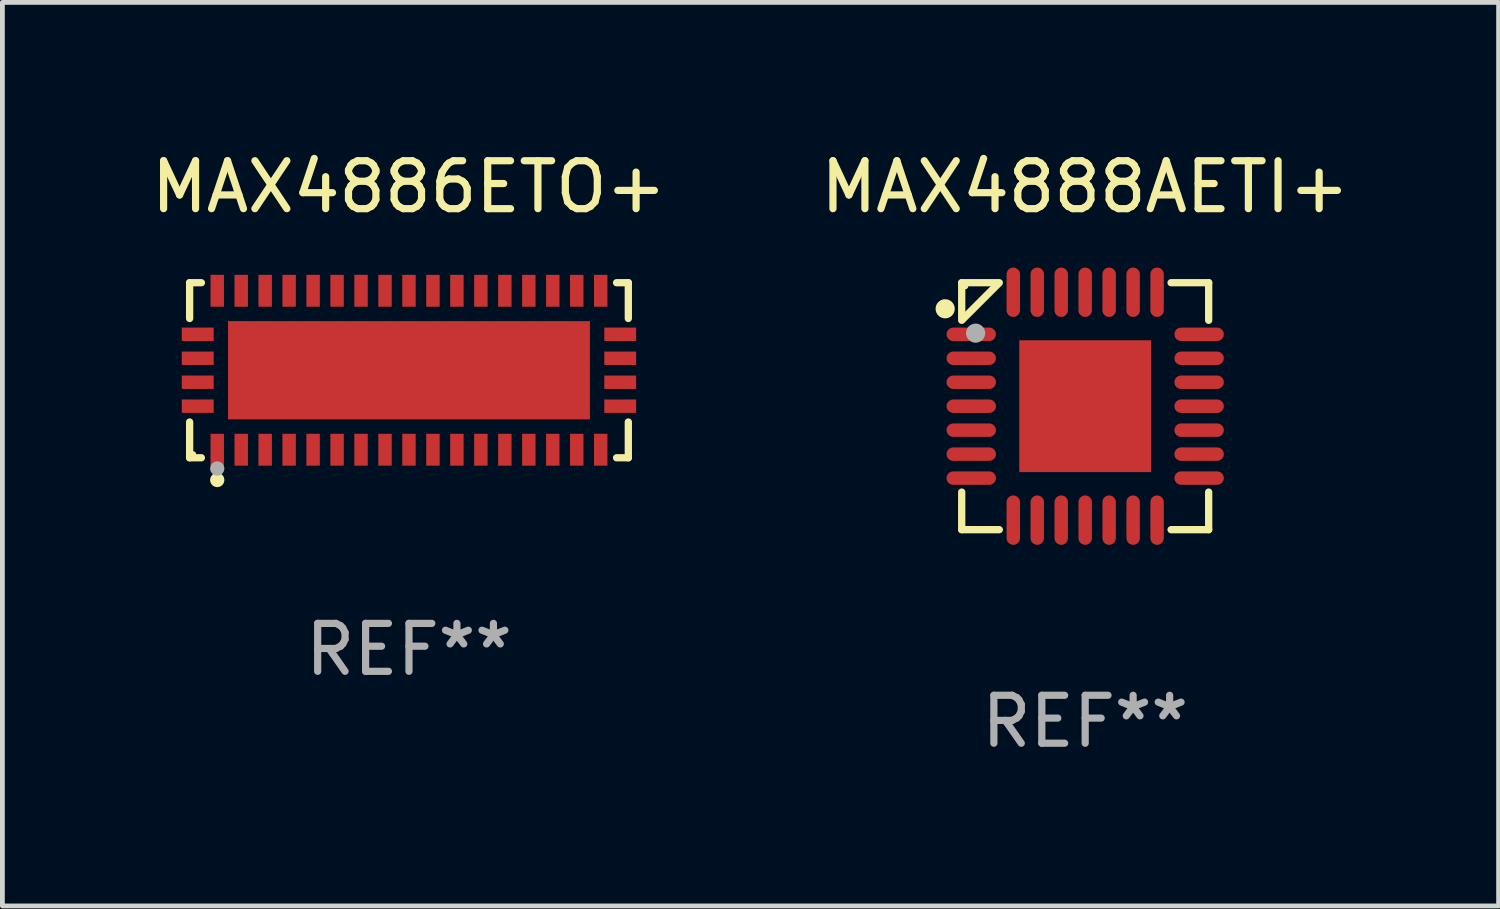
<source format=kicad_pcb>
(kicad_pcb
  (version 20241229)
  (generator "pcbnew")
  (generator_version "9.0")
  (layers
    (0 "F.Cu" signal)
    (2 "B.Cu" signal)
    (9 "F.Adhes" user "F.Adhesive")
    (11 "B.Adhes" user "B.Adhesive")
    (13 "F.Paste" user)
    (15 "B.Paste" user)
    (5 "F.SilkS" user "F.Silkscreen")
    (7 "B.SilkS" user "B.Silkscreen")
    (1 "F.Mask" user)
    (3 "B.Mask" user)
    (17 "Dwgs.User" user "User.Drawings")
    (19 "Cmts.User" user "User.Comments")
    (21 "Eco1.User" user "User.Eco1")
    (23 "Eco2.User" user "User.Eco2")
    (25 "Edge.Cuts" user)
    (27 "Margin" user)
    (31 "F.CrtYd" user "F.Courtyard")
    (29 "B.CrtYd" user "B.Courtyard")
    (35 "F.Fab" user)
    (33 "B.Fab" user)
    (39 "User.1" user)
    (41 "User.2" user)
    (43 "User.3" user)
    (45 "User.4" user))
  (footprint "MAX4886ETO+"
    (layer "F.Cu")
    (at 5.482 4.674)
    (property "Reference" "MAX4886ETO+" (at 0 -3.826 0) (layer "F.SilkS") (effects (font (size 1 1) (thickness 0.15))))
    (attr through_hole)
    (fp_line (start -4.576 -1.826) (end -4.331 -1.826) (stroke (width 0.152) (type solid)) (layer "F.SilkS"))
    (fp_line (start -4.576 -1.08) (end -4.576 -1.826) (stroke (width 0.152) (type solid)) (layer "F.SilkS"))
    (fp_line (start -4.576 1.08) (end -4.576 1.826) (stroke (width 0.152) (type solid)) (layer "F.SilkS"))
    (fp_line (start -4.576 1.826) (end -4.331 1.826) (stroke (width 0.152) (type solid)) (layer "F.SilkS"))
    (fp_line (start 4.576 -1.826) (end 4.331 -1.826) (stroke (width 0.152) (type solid)) (layer "F.SilkS"))
    (fp_line (start 4.576 -1.08) (end 4.576 -1.826) (stroke (width 0.152) (type solid)) (layer "F.SilkS"))
    (fp_line (start 4.576 1.08) (end 4.576 1.826) (stroke (width 0.152) (type solid)) (layer "F.SilkS"))
    (fp_line (start 4.576 1.826) (end 4.331 1.826) (stroke (width 0.152) (type solid)) (layer "F.SilkS"))
    (fp_circle (center -4.5 1.75) (end -4.47 1.75) (stroke (width 0.06) (type solid)) (fill no) (layer "F.SilkS"))
    (fp_circle (center -4 2.29) (end -3.925 2.29) (stroke (width 0.15) (type solid)) (fill no) (layer "F.SilkS"))
    (fp_circle (center -4 2.05) (end -3.925 2.05) (stroke (width 0.15) (type solid)) (fill no) (layer "F.Fab"))
    (fp_text user "REF**" (at 0 5.826 0) (layer "F.Fab") (effects (font (size 1 1) (thickness 0.15))))
    (pad "1" smd rect (at -4 1.658) (size 0.28 0.665) (layers "F.Cu" "F.Mask" "F.Paste"))
    (pad "2" smd rect (at -3.5 1.658) (size 0.28 0.665) (layers "F.Cu" "F.Mask" "F.Paste"))
    (pad "3" smd rect (at -3 1.658) (size 0.28 0.665) (layers "F.Cu" "F.Mask" "F.Paste"))
    (pad "4" smd rect (at -2.5 1.658) (size 0.28 0.665) (layers "F.Cu" "F.Mask" "F.Paste"))
    (pad "5" smd rect (at -2 1.658) (size 0.28 0.665) (layers "F.Cu" "F.Mask" "F.Paste"))
    (pad "6" smd rect (at -1.5 1.658) (size 0.28 0.665) (layers "F.Cu" "F.Mask" "F.Paste"))
    (pad "7" smd rect (at -1 1.658) (size 0.28 0.665) (layers "F.Cu" "F.Mask" "F.Paste"))
    (pad "8" smd rect (at -0.5 1.658) (size 0.28 0.665) (layers "F.Cu" "F.Mask" "F.Paste"))
    (pad "9" smd rect (at 0 1.658) (size 0.28 0.665) (layers "F.Cu" "F.Mask" "F.Paste"))
    (pad "10" smd rect (at 0.5 1.658) (size 0.28 0.665) (layers "F.Cu" "F.Mask" "F.Paste"))
    (pad "11" smd rect (at 1 1.658) (size 0.28 0.665) (layers "F.Cu" "F.Mask" "F.Paste"))
    (pad "12" smd rect (at 1.5 1.658) (size 0.28 0.665) (layers "F.Cu" "F.Mask" "F.Paste"))
    (pad "13" smd rect (at 2 1.658) (size 0.28 0.665) (layers "F.Cu" "F.Mask" "F.Paste"))
    (pad "14" smd rect (at 2.5 1.658) (size 0.28 0.665) (layers "F.Cu" "F.Mask" "F.Paste"))
    (pad "15" smd rect (at 3 1.658) (size 0.28 0.665) (layers "F.Cu" "F.Mask" "F.Paste"))
    (pad "16" smd rect (at 3.5 1.658) (size 0.28 0.665) (layers "F.Cu" "F.Mask" "F.Paste"))
    (pad "17" smd rect (at 4 1.658) (size 0.28 0.665) (layers "F.Cu" "F.Mask" "F.Paste"))
    (pad "18" smd rect (at 4.407 0.75) (size 0.665 0.28) (layers "F.Cu" "F.Mask" "F.Paste"))
    (pad "19" smd rect (at 4.407 0.25) (size 0.665 0.28) (layers "F.Cu" "F.Mask" "F.Paste"))
    (pad "20" smd rect (at 4.407 -0.25) (size 0.665 0.28) (layers "F.Cu" "F.Mask" "F.Paste"))
    (pad "21" smd rect (at 4.407 -0.75) (size 0.665 0.28) (layers "F.Cu" "F.Mask" "F.Paste"))
    (pad "22" smd rect (at 4 -1.658) (size 0.28 0.665) (layers "F.Cu" "F.Mask" "F.Paste"))
    (pad "23" smd rect (at 3.5 -1.658) (size 0.28 0.665) (layers "F.Cu" "F.Mask" "F.Paste"))
    (pad "24" smd rect (at 3 -1.658) (size 0.28 0.665) (layers "F.Cu" "F.Mask" "F.Paste"))
    (pad "25" smd rect (at 2.5 -1.658) (size 0.28 0.665) (layers "F.Cu" "F.Mask" "F.Paste"))
    (pad "26" smd rect (at 2 -1.658) (size 0.28 0.665) (layers "F.Cu" "F.Mask" "F.Paste"))
    (pad "27" smd rect (at 1.5 -1.658) (size 0.28 0.665) (layers "F.Cu" "F.Mask" "F.Paste"))
    (pad "28" smd rect (at 1 -1.658) (size 0.28 0.665) (layers "F.Cu" "F.Mask" "F.Paste"))
    (pad "29" smd rect (at 0.5 -1.658) (size 0.28 0.665) (layers "F.Cu" "F.Mask" "F.Paste"))
    (pad "30" smd rect (at 0 -1.658) (size 0.28 0.665) (layers "F.Cu" "F.Mask" "F.Paste"))
    (pad "31" smd rect (at -0.5 -1.658) (size 0.28 0.665) (layers "F.Cu" "F.Mask" "F.Paste"))
    (pad "32" smd rect (at -1 -1.658) (size 0.28 0.665) (layers "F.Cu" "F.Mask" "F.Paste"))
    (pad "33" smd rect (at -1.5 -1.658) (size 0.28 0.665) (layers "F.Cu" "F.Mask" "F.Paste"))
    (pad "34" smd rect (at -2 -1.658) (size 0.28 0.665) (layers "F.Cu" "F.Mask" "F.Paste"))
    (pad "35" smd rect (at -2.5 -1.658) (size 0.28 0.665) (layers "F.Cu" "F.Mask" "F.Paste"))
    (pad "36" smd rect (at -3 -1.658) (size 0.28 0.665) (layers "F.Cu" "F.Mask" "F.Paste"))
    (pad "37" smd rect (at -3.5 -1.658) (size 0.28 0.665) (layers "F.Cu" "F.Mask" "F.Paste"))
    (pad "38" smd rect (at -4 -1.658) (size 0.28 0.665) (layers "F.Cu" "F.Mask" "F.Paste"))
    (pad "39" smd rect (at -4.407 -0.75) (size 0.665 0.28) (layers "F.Cu" "F.Mask" "F.Paste"))
    (pad "40" smd rect (at -4.407 -0.25) (size 0.665 0.28) (layers "F.Cu" "F.Mask" "F.Paste"))
    (pad "41" smd rect (at -4.407 0.25) (size 0.665 0.28) (layers "F.Cu" "F.Mask" "F.Paste"))
    (pad "42" smd rect (at -4.407 0.75) (size 0.665 0.28) (layers "F.Cu" "F.Mask" "F.Paste"))
    (pad "43" smd rect (at 0 0) (size 7.55 2.05) (layers "F.Cu" "F.Mask" "F.Paste")))
  (footprint "MAX4888AETI+"
    (layer "F.Cu")
    (at 19.589 5.424)
    (property "Reference" "MAX4888AETI+" (at 0 -4.576 0) (layer "F.SilkS") (effects (font (size 1 1) (thickness 0.15))))
    (attr through_hole)
    (fp_line (start -2.576 -2.576) (end -1.792 -2.576) (stroke (width 0.152) (type solid)) (layer "F.SilkS"))
    (fp_line (start -2.576 -1.792) (end -2.576 -2.576) (stroke (width 0.152) (type solid)) (layer "F.SilkS"))
    (fp_line (start -2.576 1.792) (end -2.576 2.576) (stroke (width 0.152) (type solid)) (layer "F.SilkS"))
    (fp_line (start -2.576 2.576) (end -1.792 2.576) (stroke (width 0.152) (type solid)) (layer "F.SilkS"))
    (fp_line (start -1.819 -2.549) (end -2.549 -1.819) (stroke (width 0.152) (type solid)) (layer "F.SilkS"))
    (fp_line (start 2.576 -2.576) (end 1.792 -2.576) (stroke (width 0.152) (type solid)) (layer "F.SilkS"))
    (fp_line (start 2.576 -1.792) (end 2.576 -2.576) (stroke (width 0.152) (type solid)) (layer "F.SilkS"))
    (fp_line (start 2.576 1.792) (end 2.576 2.576) (stroke (width 0.152) (type solid)) (layer "F.SilkS"))
    (fp_line (start 2.576 2.576) (end 1.792 2.576) (stroke (width 0.152) (type solid)) (layer "F.SilkS"))
    (fp_circle (center -2.921 -2.032) (end -2.821 -2.032) (stroke (width 0.2) (type solid)) (fill no) (layer "F.SilkS"))
    (fp_circle (center -2.5 -2.5) (end -2.47 -2.5) (stroke (width 0.06) (type solid)) (fill no) (layer "F.SilkS"))
    (fp_circle (center -2.286 -1.524) (end -2.186 -1.524) (stroke (width 0.2) (type solid)) (fill no) (layer "F.Fab"))
    (fp_text user "REF**" (at 0 6.576 0) (layer "F.Fab") (effects (font (size 1 1) (thickness 0.15))))
    (pad "1" smd oval (at -2.377 -1.5) (size 1.03 0.28) (layers "F.Cu" "F.Mask" "F.Paste"))
    (pad "2" smd oval (at -2.377 -1) (size 1.03 0.28) (layers "F.Cu" "F.Mask" "F.Paste"))
    (pad "3" smd oval (at -2.377 -0.5) (size 1.03 0.28) (layers "F.Cu" "F.Mask" "F.Paste"))
    (pad "4" smd oval (at -2.377 0) (size 1.03 0.28) (layers "F.Cu" "F.Mask" "F.Paste"))
    (pad "5" smd oval (at -2.377 0.5) (size 1.03 0.28) (layers "F.Cu" "F.Mask" "F.Paste"))
    (pad "6" smd oval (at -2.377 1) (size 1.03 0.28) (layers "F.Cu" "F.Mask" "F.Paste"))
    (pad "7" smd oval (at -2.377 1.5) (size 1.03 0.28) (layers "F.Cu" "F.Mask" "F.Paste"))
    (pad "8" smd oval (at -1.5 2.377) (size 0.28 1.03) (layers "F.Cu" "F.Mask" "F.Paste"))
    (pad "9" smd oval (at -1 2.377) (size 0.28 1.03) (layers "F.Cu" "F.Mask" "F.Paste"))
    (pad "10" smd oval (at -0.5 2.377) (size 0.28 1.03) (layers "F.Cu" "F.Mask" "F.Paste"))
    (pad "11" smd oval (at 0 2.377) (size 0.28 1.03) (layers "F.Cu" "F.Mask" "F.Paste"))
    (pad "12" smd oval (at 0.5 2.377) (size 0.28 1.03) (layers "F.Cu" "F.Mask" "F.Paste"))
    (pad "13" smd oval (at 1 2.377) (size 0.28 1.03) (layers "F.Cu" "F.Mask" "F.Paste"))
    (pad "14" smd oval (at 1.5 2.377) (size 0.28 1.03) (layers "F.Cu" "F.Mask" "F.Paste"))
    (pad "15" smd oval (at 2.377 1.5) (size 1.03 0.28) (layers "F.Cu" "F.Mask" "F.Paste"))
    (pad "16" smd oval (at 2.377 1) (size 1.03 0.28) (layers "F.Cu" "F.Mask" "F.Paste"))
    (pad "17" smd oval (at 2.377 0.5) (size 1.03 0.28) (layers "F.Cu" "F.Mask" "F.Paste"))
    (pad "18" smd oval (at 2.377 0) (size 1.03 0.28) (layers "F.Cu" "F.Mask" "F.Paste"))
    (pad "19" smd oval (at 2.377 -0.5) (size 1.03 0.28) (layers "F.Cu" "F.Mask" "F.Paste"))
    (pad "20" smd oval (at 2.377 -1) (size 1.03 0.28) (layers "F.Cu" "F.Mask" "F.Paste"))
    (pad "21" smd oval (at 2.377 -1.5) (size 1.03 0.28) (layers "F.Cu" "F.Mask" "F.Paste"))
    (pad "22" smd oval (at 1.5 -2.377) (size 0.28 1.03) (layers "F.Cu" "F.Mask" "F.Paste"))
    (pad "23" smd oval (at 1 -2.377) (size 0.28 1.03) (layers "F.Cu" "F.Mask" "F.Paste"))
    (pad "24" smd oval (at 0.5 -2.377) (size 0.28 1.03) (layers "F.Cu" "F.Mask" "F.Paste"))
    (pad "25" smd oval (at 0 -2.377) (size 0.28 1.03) (layers "F.Cu" "F.Mask" "F.Paste"))
    (pad "26" smd oval (at -0.5 -2.377) (size 0.28 1.03) (layers "F.Cu" "F.Mask" "F.Paste"))
    (pad "27" smd oval (at -1 -2.377) (size 0.28 1.03) (layers "F.Cu" "F.Mask" "F.Paste"))
    (pad "28" smd oval (at -1.5 -2.377) (size 0.28 1.03) (layers "F.Cu" "F.Mask" "F.Paste"))
    (pad "29" smd rect (at 0 0) (size 2.75 2.75) (layers "F.Cu" "F.Mask" "F.Paste")))
  (gr_rect
    (start -3 -3)
    (end 28.214 15.849)
    (stroke (width 0.1) (type default))
    (fill no)
    (layer "Edge.Cuts")))
</source>
